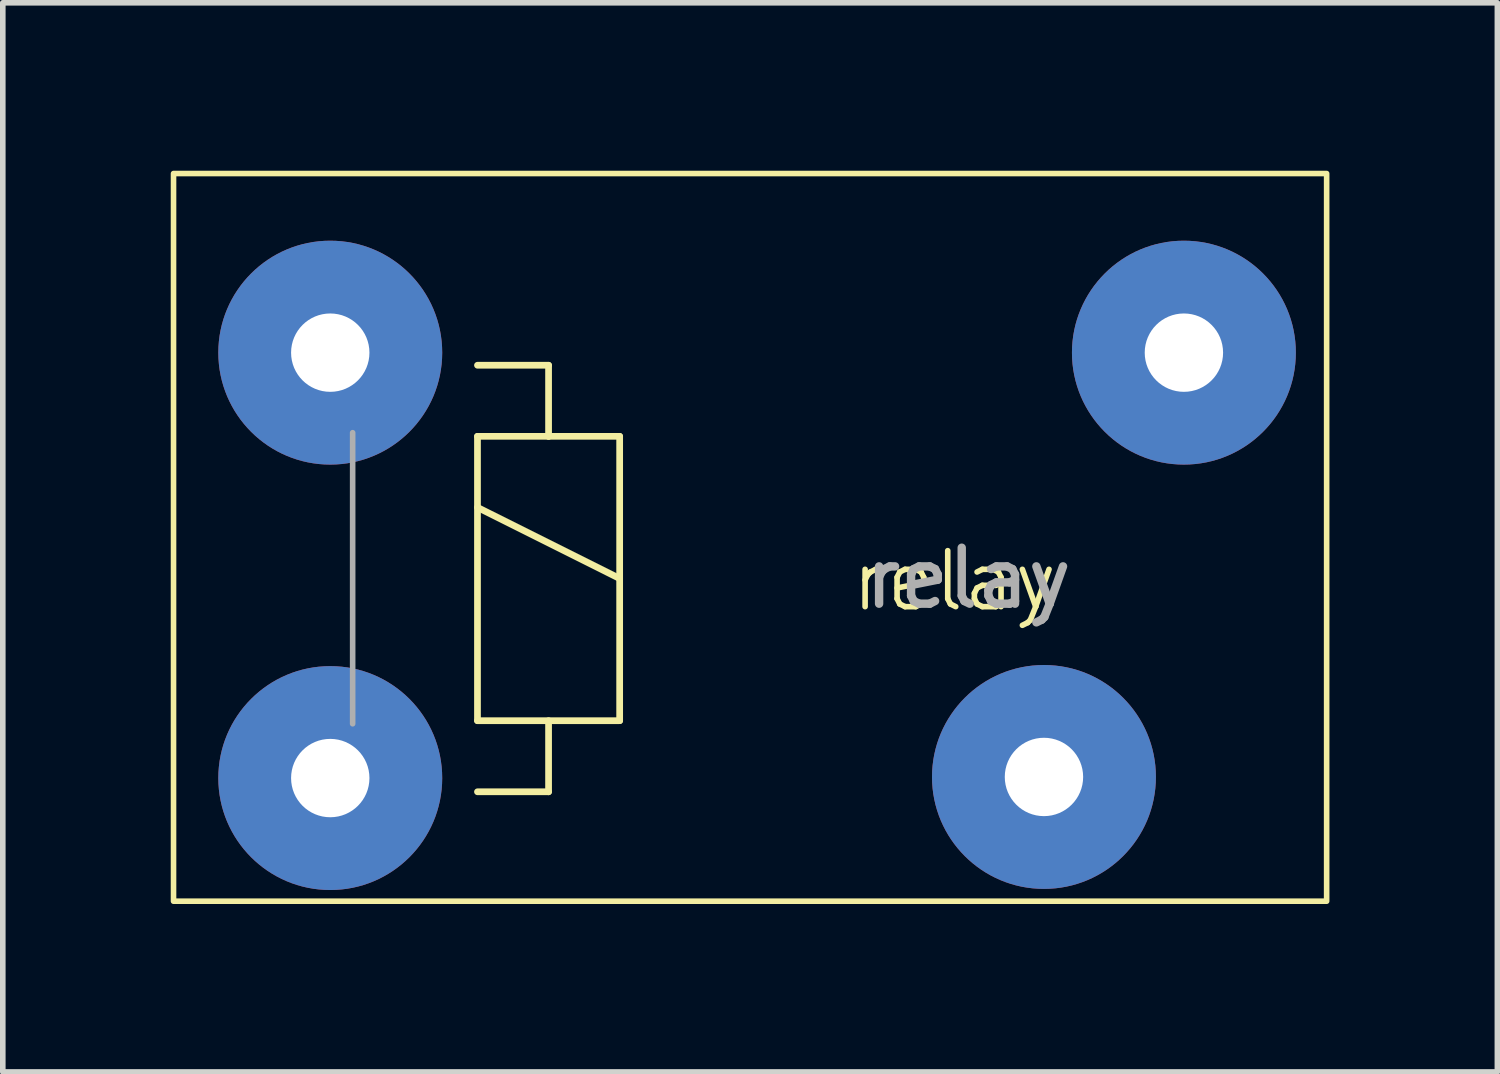
<source format=kicad_pcb>
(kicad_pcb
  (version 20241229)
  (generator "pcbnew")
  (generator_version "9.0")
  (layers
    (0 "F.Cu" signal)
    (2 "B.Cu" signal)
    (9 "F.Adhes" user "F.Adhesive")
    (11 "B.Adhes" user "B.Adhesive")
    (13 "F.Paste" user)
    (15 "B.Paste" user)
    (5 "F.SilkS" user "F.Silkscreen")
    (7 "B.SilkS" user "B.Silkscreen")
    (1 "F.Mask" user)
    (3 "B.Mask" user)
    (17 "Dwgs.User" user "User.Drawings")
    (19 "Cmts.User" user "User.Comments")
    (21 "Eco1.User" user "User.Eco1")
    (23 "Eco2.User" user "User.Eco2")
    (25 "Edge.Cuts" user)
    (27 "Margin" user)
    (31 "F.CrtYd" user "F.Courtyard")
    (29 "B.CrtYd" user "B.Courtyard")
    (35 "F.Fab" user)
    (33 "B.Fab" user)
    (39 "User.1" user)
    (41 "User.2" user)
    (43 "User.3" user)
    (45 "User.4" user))
  (footprint "relay"
    (layer "F.Cu")
    (at 10.35 6.58)
    (property "Reference" "relay" (at 3.65 0.75 0) (unlocked yes) (layer "F.SilkS") (effects (font (size 1 1) (thickness 0.1))))
    (attr through_hole)
    (fp_line (start -4.87 -3.105) (end -3.6 -3.105) (stroke (width 0.12) (type solid)) (layer "F.SilkS"))
    (fp_line (start -4.87 -1.835) (end -3.6 -1.835) (stroke (width 0.12) (type solid)) (layer "F.SilkS"))
    (fp_line (start -4.87 -0.565) (end -2.33 0.705) (stroke (width 0.12) (type solid)) (layer "F.SilkS"))
    (fp_line (start -4.87 3.245) (end -4.87 -1.835) (stroke (width 0.12) (type solid)) (layer "F.SilkS"))
    (fp_line (start -3.6 -3.105) (end -3.6 -1.835) (stroke (width 0.12) (type solid)) (layer "F.SilkS"))
    (fp_line (start -3.6 -1.835) (end -2.33 -1.835) (stroke (width 0.12) (type solid)) (layer "F.SilkS"))
    (fp_line (start -3.6 3.245) (end -3.6 4.515) (stroke (width 0.12) (type solid)) (layer "F.SilkS"))
    (fp_line (start -3.6 4.515) (end -4.87 4.515) (stroke (width 0.12) (type solid)) (layer "F.SilkS"))
    (fp_line (start -2.33 -1.835) (end -2.33 3.245) (stroke (width 0.12) (type solid)) (layer "F.SilkS"))
    (fp_line (start -2.33 3.245) (end -4.87 3.245) (stroke (width 0.12) (type solid)) (layer "F.SilkS"))
    (fp_rect (start -10.3 -6.53) (end 10.3 6.47) (stroke (width 0.1) (type default)) (fill no) (layer "F.SilkS"))
    (fp_line (start -7.1 -1.9) (end -7.1 3.3) (stroke (width 0.1) (type solid)) (layer "F.Fab"))
    (fp_text user "${REFERENCE}" (at 3.9 0.7 0) (layer "F.Fab") (effects (font (size 1 1) (thickness 0.15))))
    (pad "13" thru_hole circle (at 5.25 4.25) (size 4 4) (drill 1.4) (layers "*.Cu" "*.Mask"))
    (pad "14" thru_hole circle (at 7.75 -3.33) (size 4 4) (drill 1.4) (layers "*.Cu" "*.Mask"))
    (pad "A1" thru_hole circle (at -7.5 4.27) (size 4 4) (drill 1.4) (layers "*.Cu" "*.Mask"))
    (pad "A2" thru_hole circle (at -7.5 -3.33) (size 4 4) (drill 1.4) (layers "*.Cu" "*.Mask")))
  (gr_rect
    (start -3 -3)
    (end 23.7 16.1)
    (stroke (width 0.1) (type default))
    (fill no)
    (layer "Edge.Cuts")))
</source>
